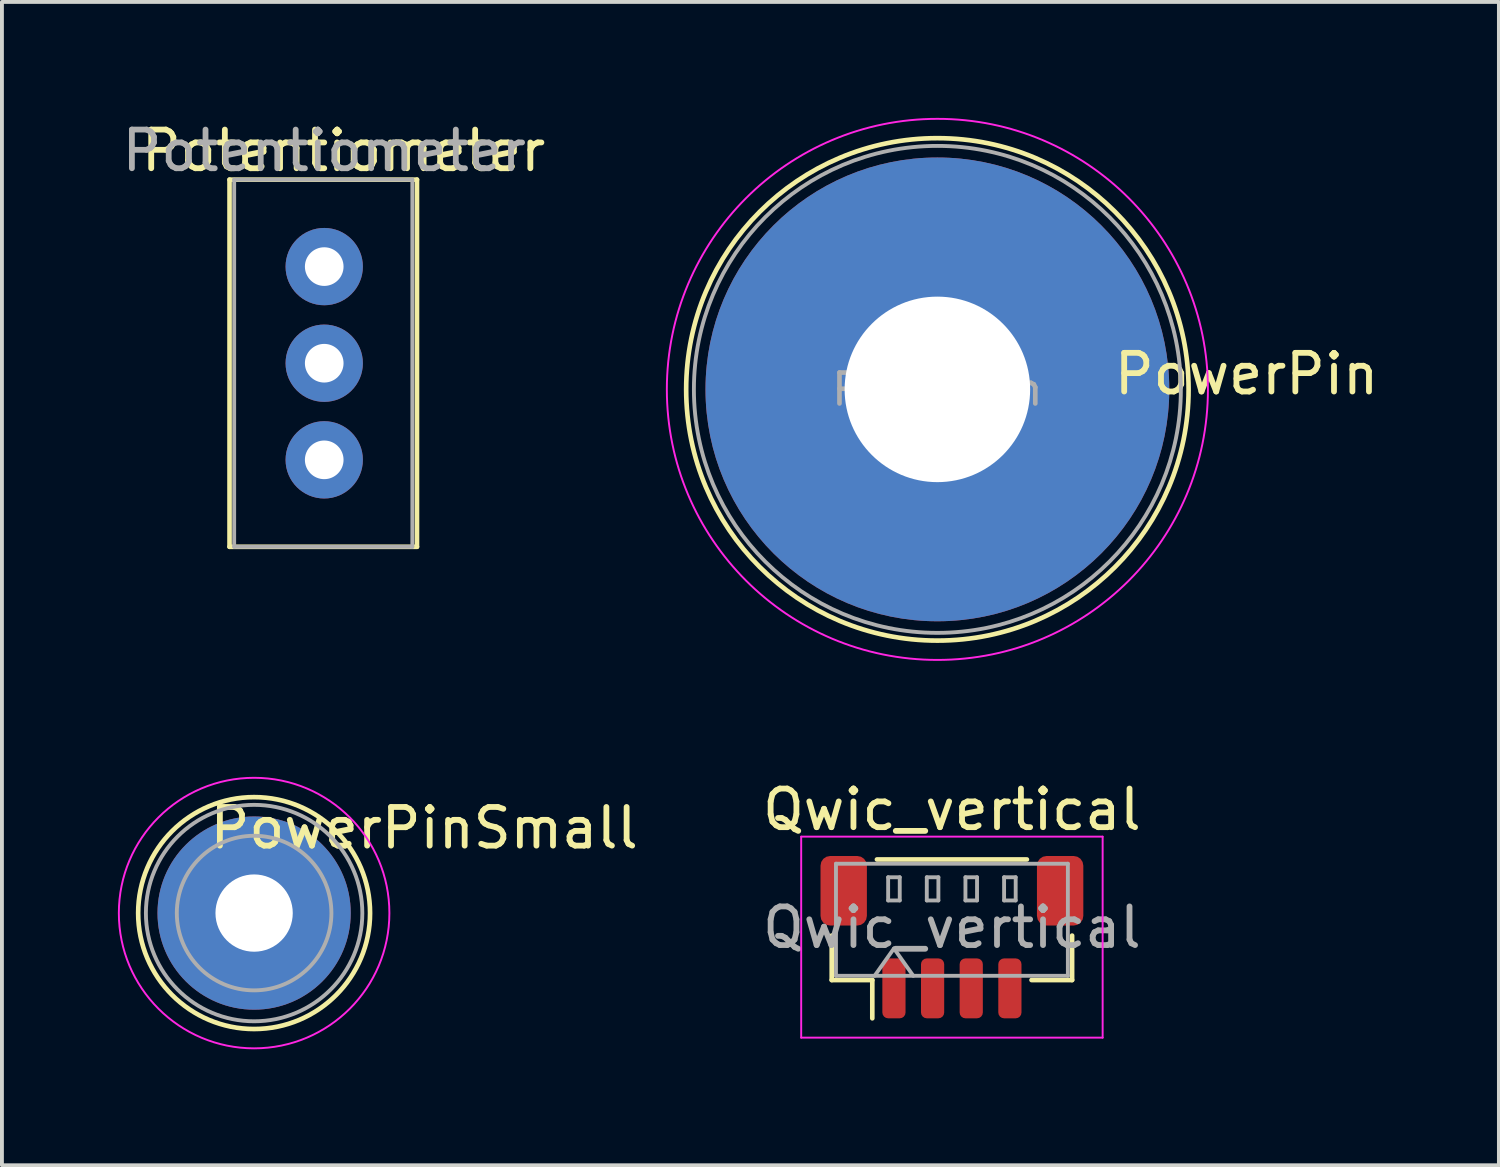
<source format=kicad_pcb>
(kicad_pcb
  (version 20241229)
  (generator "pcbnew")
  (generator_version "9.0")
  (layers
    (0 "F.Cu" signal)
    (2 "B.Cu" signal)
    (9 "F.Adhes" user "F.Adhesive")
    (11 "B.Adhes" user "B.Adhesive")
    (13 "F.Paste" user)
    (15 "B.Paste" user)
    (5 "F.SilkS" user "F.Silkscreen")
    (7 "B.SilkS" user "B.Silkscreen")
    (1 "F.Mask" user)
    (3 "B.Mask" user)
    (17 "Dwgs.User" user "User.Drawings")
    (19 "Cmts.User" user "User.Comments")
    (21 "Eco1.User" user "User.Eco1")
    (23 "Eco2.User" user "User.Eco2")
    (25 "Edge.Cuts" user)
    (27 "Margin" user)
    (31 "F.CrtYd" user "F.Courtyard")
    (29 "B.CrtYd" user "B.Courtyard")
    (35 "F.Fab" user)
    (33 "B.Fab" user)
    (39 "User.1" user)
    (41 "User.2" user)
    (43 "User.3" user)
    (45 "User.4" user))
  (footprint "PowerPinSmall"
    (layer "F.Cu")
    (at 3.525 20.575)
    (property "Reference" "PowerPinSmall" (at 4.4 -2.2 0) (layer "F.SilkS") (effects (font (size 1 1) (thickness 0.15))))
    (attr through_hole exclude_from_pos_files)
    (fp_circle (center 0 0) (end 3 0) (stroke (width 0.12) (type solid)) (fill no) (layer "F.SilkS"))
    (fp_circle (center 0 0) (end 3.5 0) (stroke (width 0.05) (type solid)) (fill no) (layer "F.CrtYd"))
    (fp_circle (center 0 0) (end 2 0) (stroke (width 0.1) (type solid)) (fill no) (layer "F.Fab"))
    (fp_circle (center 0 0) (end 2.8 0) (stroke (width 0.1) (type solid)) (fill no) (layer "F.Fab"))
    (pad "1" thru_hole circle (at 0 0) (size 5 5) (drill 2) (layers "*.Cu" "*.Mask")))
  (footprint "PowerPin"
    (layer "F.Cu")
    (at 21.204 7.025)
    (property "Reference" "PowerPin" (at 8 -0.4 0) (layer "F.SilkS") (effects (font (size 1 1) (thickness 0.15))))
    (attr through_hole exclude_from_pos_files)
    (fp_circle (center 0 0) (end 6.5 0) (stroke (width 0.12) (type solid)) (fill no) (layer "F.SilkS"))
    (fp_circle (center 0 0) (end 7 0) (stroke (width 0.05) (type solid)) (fill no) (layer "F.CrtYd"))
    (fp_circle (center 0 0) (end 2 0) (stroke (width 0.1) (type solid)) (fill no) (layer "F.Fab"))
    (fp_circle (center 0 0) (end 6.3 0) (stroke (width 0.1) (type solid)) (fill no) (layer "F.Fab"))
    (fp_text user "${REFERENCE}" (at 0 0 0) (layer "F.Fab") (effects (font (size 0.8 0.8) (thickness 0.12))))
    (pad "1" thru_hole circle (at 0 0) (size 12 12) (drill 4.8) (layers "*.Cu" "*.Mask")))
  (footprint "Qwic_vertical"
    (layer "F.Cu")
    (at 21.58 21.198)
    (property "Reference" "Qwic_vertical" (at 0 -3.3 0) (layer "F.SilkS") (effects (font (size 1 1) (thickness 0.15))))
    (attr smd)
    (fp_line (start -3.11 -0.04) (end -3.11 1.11) (stroke (width 0.12) (type solid)) (layer "F.SilkS"))
    (fp_line (start -3.11 1.11) (end -2.06 1.11) (stroke (width 0.12) (type solid)) (layer "F.SilkS"))
    (fp_line (start -2.06 1.11) (end -2.06 2.1) (stroke (width 0.12) (type solid)) (layer "F.SilkS"))
    (fp_line (start -1.94 -2.01) (end 1.94 -2.01) (stroke (width 0.12) (type solid)) (layer "F.SilkS"))
    (fp_line (start 3.11 -0.04) (end 3.11 1.11) (stroke (width 0.12) (type solid)) (layer "F.SilkS"))
    (fp_line (start 3.11 1.11) (end 2.06 1.11) (stroke (width 0.12) (type solid)) (layer "F.SilkS"))
    (fp_line (start -3.9 -2.6) (end -3.9 2.6) (stroke (width 0.05) (type solid)) (layer "F.CrtYd"))
    (fp_line (start -3.9 2.6) (end 3.9 2.6) (stroke (width 0.05) (type solid)) (layer "F.CrtYd"))
    (fp_line (start 3.9 -2.6) (end -3.9 -2.6) (stroke (width 0.05) (type solid)) (layer "F.CrtYd"))
    (fp_line (start 3.9 2.6) (end 3.9 -2.6) (stroke (width 0.05) (type solid)) (layer "F.CrtYd"))
    (fp_line (start -3 -1.9) (end 3 -1.9) (stroke (width 0.1) (type solid)) (layer "F.Fab"))
    (fp_line (start -3 1) (end -3 -1.9) (stroke (width 0.1) (type solid)) (layer "F.Fab"))
    (fp_line (start -3 1) (end 3 1) (stroke (width 0.1) (type solid)) (layer "F.Fab"))
    (fp_line (start -2 1) (end -1.5 0.293) (stroke (width 0.1) (type solid)) (layer "F.Fab"))
    (fp_line (start -1.65 -1.55) (end -1.65 -0.95) (stroke (width 0.1) (type solid)) (layer "F.Fab"))
    (fp_line (start -1.65 -0.95) (end -1.35 -0.95) (stroke (width 0.1) (type solid)) (layer "F.Fab"))
    (fp_line (start -1.5 0.293) (end -1 1) (stroke (width 0.1) (type solid)) (layer "F.Fab"))
    (fp_line (start -1.35 -1.55) (end -1.65 -1.55) (stroke (width 0.1) (type solid)) (layer "F.Fab"))
    (fp_line (start -1.35 -0.95) (end -1.35 -1.55) (stroke (width 0.1) (type solid)) (layer "F.Fab"))
    (fp_line (start -0.65 -1.55) (end -0.65 -0.95) (stroke (width 0.1) (type solid)) (layer "F.Fab"))
    (fp_line (start -0.65 -0.95) (end -0.35 -0.95) (stroke (width 0.1) (type solid)) (layer "F.Fab"))
    (fp_line (start -0.35 -1.55) (end -0.65 -1.55) (stroke (width 0.1) (type solid)) (layer "F.Fab"))
    (fp_line (start -0.35 -0.95) (end -0.35 -1.55) (stroke (width 0.1) (type solid)) (layer "F.Fab"))
    (fp_line (start 0.35 -1.55) (end 0.35 -0.95) (stroke (width 0.1) (type solid)) (layer "F.Fab"))
    (fp_line (start 0.35 -0.95) (end 0.65 -0.95) (stroke (width 0.1) (type solid)) (layer "F.Fab"))
    (fp_line (start 0.65 -1.55) (end 0.35 -1.55) (stroke (width 0.1) (type solid)) (layer "F.Fab"))
    (fp_line (start 0.65 -0.95) (end 0.65 -1.55) (stroke (width 0.1) (type solid)) (layer "F.Fab"))
    (fp_line (start 1.35 -1.55) (end 1.35 -0.95) (stroke (width 0.1) (type solid)) (layer "F.Fab"))
    (fp_line (start 1.35 -0.95) (end 1.65 -0.95) (stroke (width 0.1) (type solid)) (layer "F.Fab"))
    (fp_line (start 1.65 -1.55) (end 1.35 -1.55) (stroke (width 0.1) (type solid)) (layer "F.Fab"))
    (fp_line (start 1.65 -0.95) (end 1.65 -1.55) (stroke (width 0.1) (type solid)) (layer "F.Fab"))
    (fp_line (start 3 1) (end 3 -1.9) (stroke (width 0.1) (type solid)) (layer "F.Fab"))
    (fp_text user "${REFERENCE}" (at 0 -0.25 0) (layer "F.Fab") (effects (font (size 1 1) (thickness 0.15))))
    (pad "1" smd roundrect (at -1.5 1.325) (size 0.6 1.55) (layers "F.Cu" "F.Mask" "F.Paste") (roundrect_rratio 0.25))
    (pad "2" smd roundrect (at -0.5 1.325) (size 0.6 1.55) (layers "F.Cu" "F.Mask" "F.Paste") (roundrect_rratio 0.25))
    (pad "3" smd roundrect (at 0.5 1.325) (size 0.6 1.55) (layers "F.Cu" "F.Mask" "F.Paste") (roundrect_rratio 0.25))
    (pad "4" smd roundrect (at 1.5 1.325) (size 0.6 1.55) (layers "F.Cu" "F.Mask" "F.Paste") (roundrect_rratio 0.25))
    (pad "MP" smd roundrect (at -2.8 -1.2) (size 1.2 1.8) (layers "F.Cu" "F.Mask" "F.Paste") (roundrect_rratio 0.208))
    (pad "MP" smd roundrect (at 2.8 -1.2) (size 1.2 1.8) (layers "F.Cu" "F.Mask" "F.Paste") (roundrect_rratio 0.208)))
  (footprint "Potentiometer"
    (layer "F.Cu")
    (at 5.339 8.848)
    (property "Reference" "Potentiometer" (at 0.5 -8 0) (layer "F.SilkS") (effects (font (size 1 1) (thickness 0.15))))
    (attr through_hole)
    (fp_line (start -2.45 -7.25) (end 2.4 -7.25) (stroke (width 0.12) (type solid)) (layer "F.SilkS"))
    (fp_line (start -2.45 2.25) (end -2.45 -7.25) (stroke (width 0.12) (type solid)) (layer "F.SilkS"))
    (fp_line (start -2.45 2.25) (end 2.4 2.25) (stroke (width 0.12) (type solid)) (layer "F.SilkS"))
    (fp_line (start 2.4 2.25) (end 2.4 -7.25) (stroke (width 0.12) (type solid)) (layer "F.SilkS"))
    (fp_line (start -2.33 2.25) (end -2.33 -7.25) (stroke (width 0.1) (type solid)) (layer "F.Fab"))
    (fp_line (start -2.33 2.25) (end 2.28 2.25) (stroke (width 0.1) (type solid)) (layer "F.Fab"))
    (fp_line (start 2.28 -7.25) (end -2.33 -7.25) (stroke (width 0.1) (type solid)) (layer "F.Fab"))
    (fp_line (start 2.28 2.25) (end 2.28 -7.25) (stroke (width 0.1) (type solid)) (layer "F.Fab"))
    (fp_text user "${REFERENCE}" (at 0 -8 180) (layer "F.Fab") (effects (font (size 1 1) (thickness 0.15))))
    (pad "1" thru_hole circle (at 0 0) (size 2 2) (drill 1) (layers "*.Cu" "*.Mask"))
    (pad "2" thru_hole circle (at 0 -2.5) (size 2 2) (drill 1) (layers "*.Cu" "*.Mask"))
    (pad "3" thru_hole circle (at 0 -5) (size 2 2) (drill 1) (layers "*.Cu" "*.Mask")))
  (gr_rect
    (start -3 -3)
    (end 35.733 27.1)
    (stroke (width 0.1) (type default))
    (fill no)
    (layer "Edge.Cuts")))
</source>
